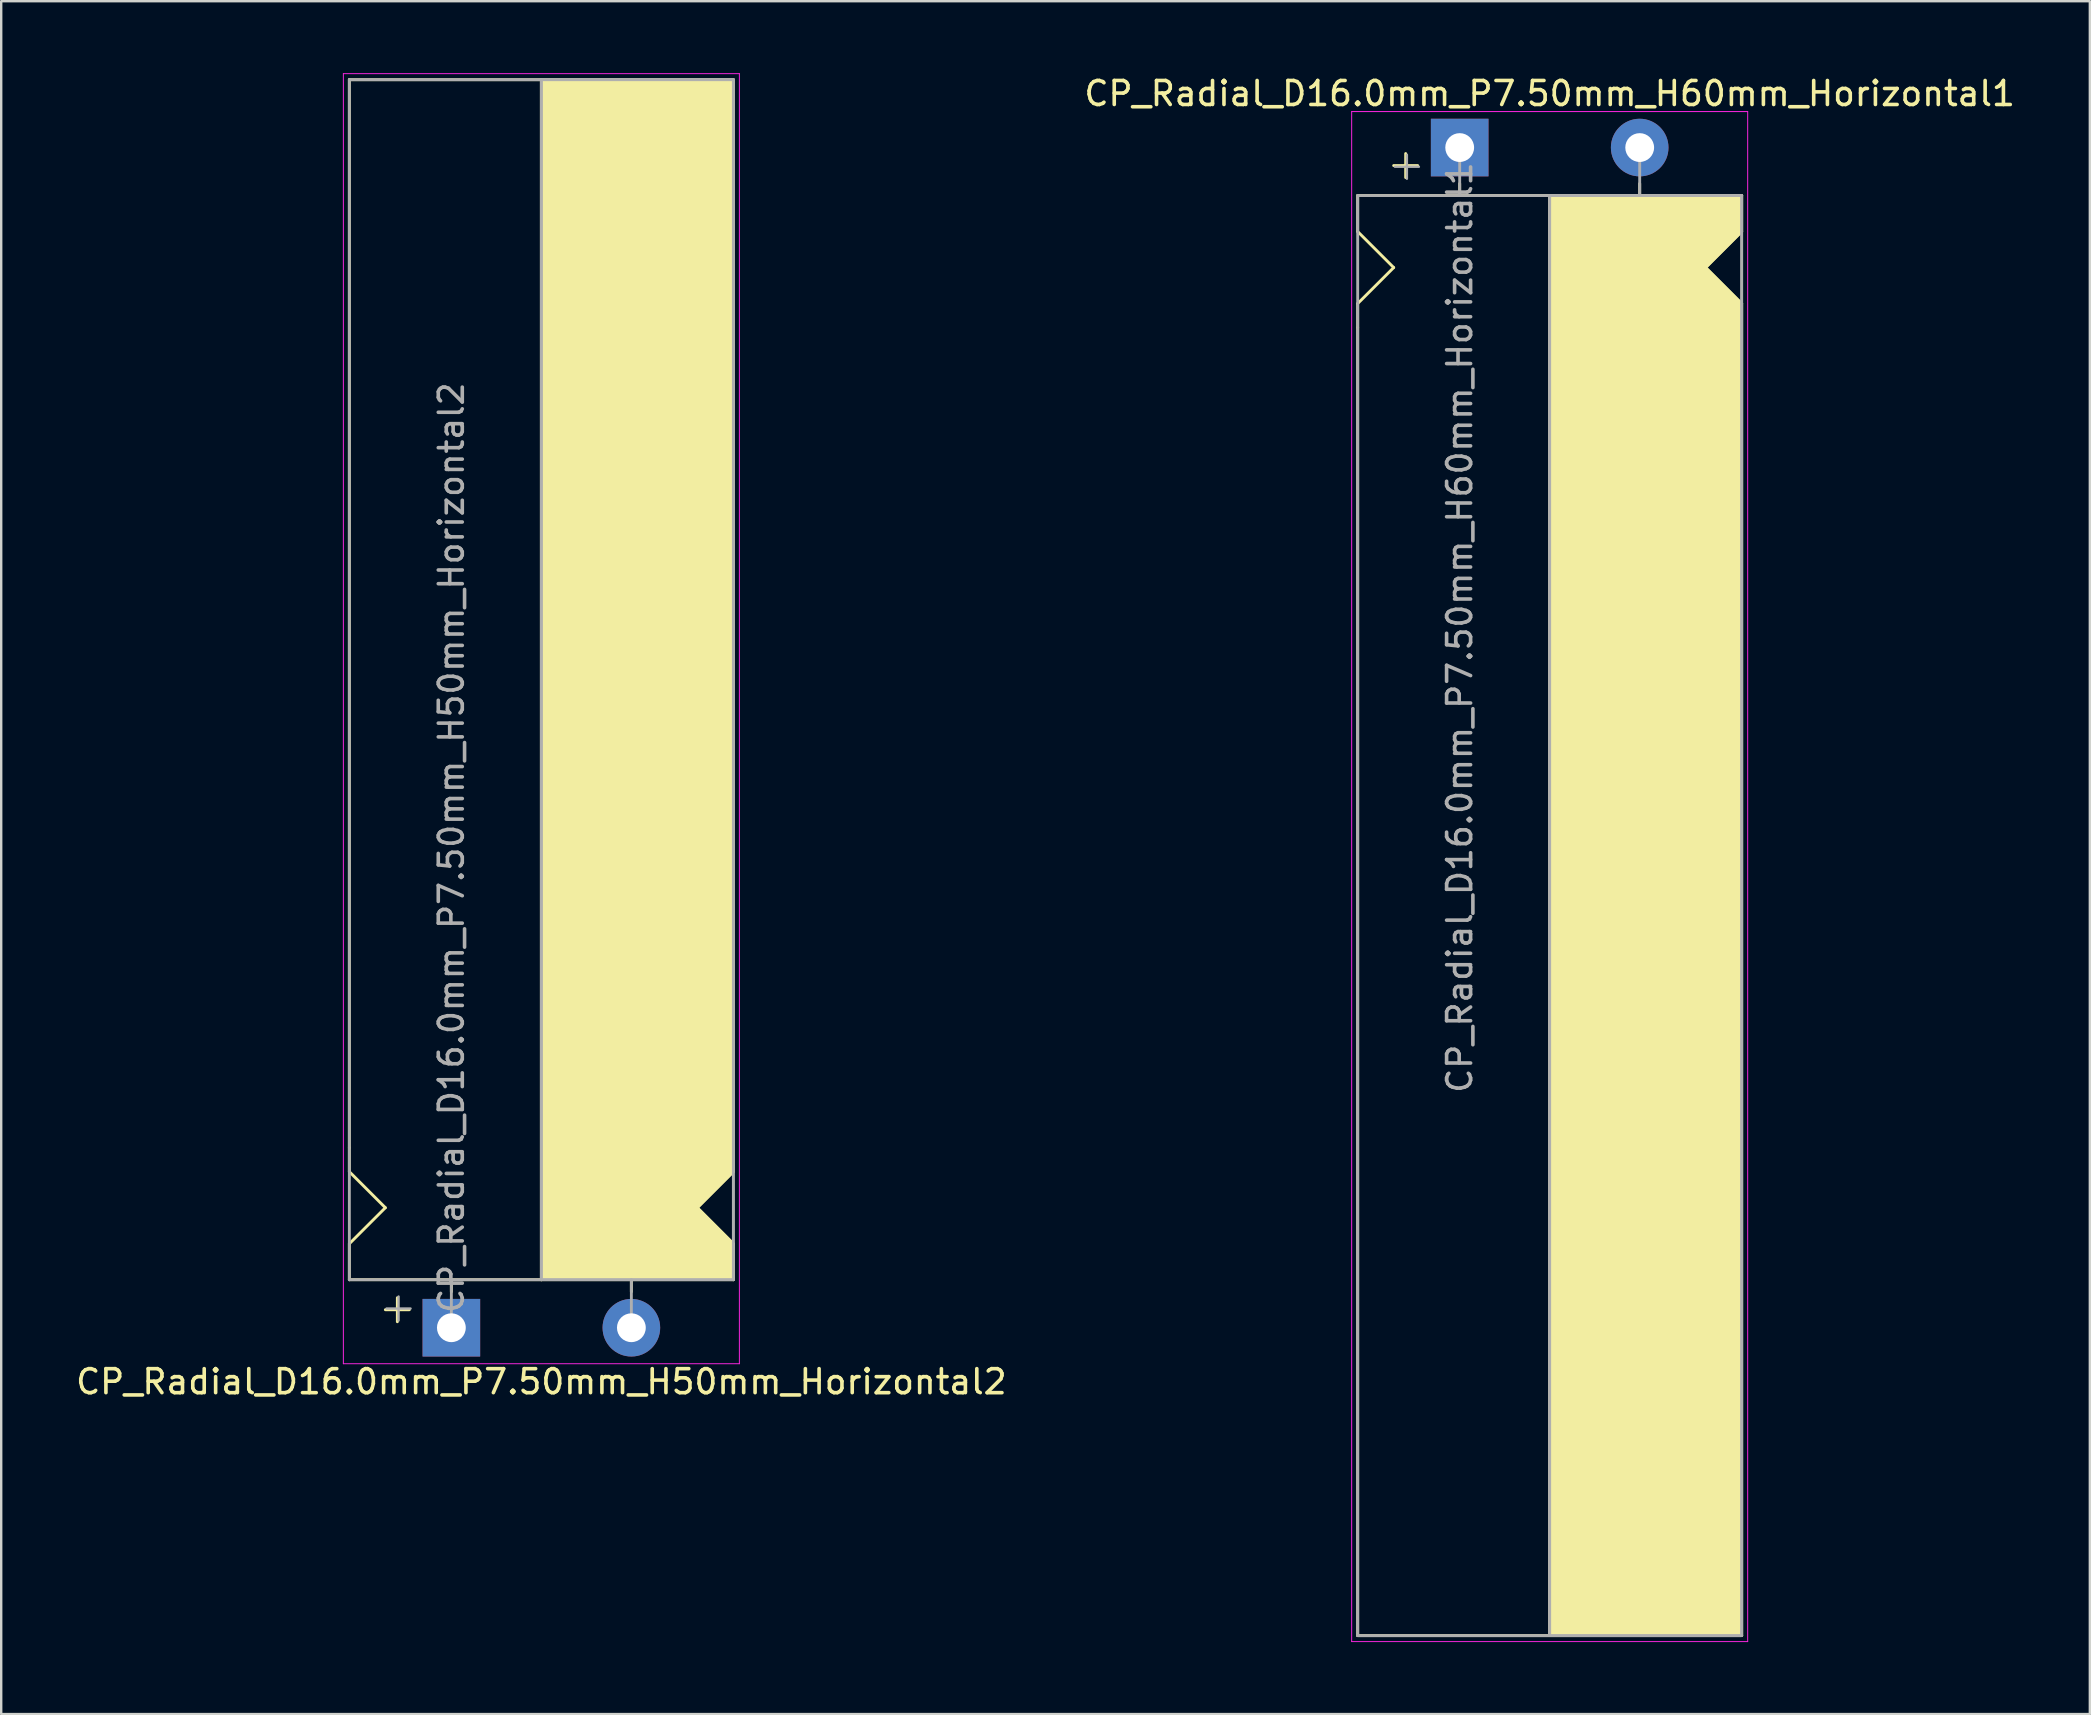
<source format=kicad_pcb>
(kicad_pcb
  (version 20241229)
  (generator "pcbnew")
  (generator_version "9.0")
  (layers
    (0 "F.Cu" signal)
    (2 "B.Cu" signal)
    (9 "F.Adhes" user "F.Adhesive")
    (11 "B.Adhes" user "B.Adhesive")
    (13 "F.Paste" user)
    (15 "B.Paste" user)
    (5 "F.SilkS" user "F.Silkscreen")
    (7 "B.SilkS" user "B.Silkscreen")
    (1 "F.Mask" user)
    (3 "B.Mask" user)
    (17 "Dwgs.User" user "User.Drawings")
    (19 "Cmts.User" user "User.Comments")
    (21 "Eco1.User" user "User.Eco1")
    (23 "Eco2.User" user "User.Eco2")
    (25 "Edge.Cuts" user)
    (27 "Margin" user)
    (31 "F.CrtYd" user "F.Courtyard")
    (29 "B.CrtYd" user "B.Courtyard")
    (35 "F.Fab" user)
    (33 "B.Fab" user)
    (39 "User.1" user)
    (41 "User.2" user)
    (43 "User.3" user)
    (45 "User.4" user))
  (footprint "CP_Radial_D16.0mm_P7.50mm_H50mm_Horizontal2"
    (layer "F.Cu")
    (at 15.756 52.27)
    (property "Reference" "CP_Radial_D16.0mm_P7.50mm_H50mm_Horizontal2" (at 3.75 2.25 0) (layer "F.SilkS") (effects (font (size 1 1) (thickness 0.15))))
    (attr through_hole)
    (fp_line (start -4.25 -7.5) (end -4.25 -52) (stroke (width 0.12) (type solid)) (layer "F.SilkS"))
    (fp_line (start -4.25 -6.5) (end -4.25 -7.5) (stroke (width 0.12) (type solid)) (layer "F.SilkS"))
    (fp_line (start -4.25 -3.5) (end -2.75 -5) (stroke (width 0.12) (type solid)) (layer "F.SilkS"))
    (fp_line (start -4.25 -2) (end -4.25 -3.5) (stroke (width 0.12) (type solid)) (layer "F.SilkS"))
    (fp_line (start -2.75 -5) (end -4.25 -6.5) (stroke (width 0.12) (type solid)) (layer "F.SilkS"))
    (fp_line (start -2.25 -1.25) (end -2.25 -0.25) (stroke (width 0.12) (type solid)) (layer "F.SilkS"))
    (fp_line (start -1.75 -0.75) (end -2.75 -0.75) (stroke (width 0.12) (type solid)) (layer "F.SilkS"))
    (fp_line (start 0 -1.5) (end 0 -2) (stroke (width 0.12) (type solid)) (layer "F.SilkS"))
    (fp_line (start 3.75 -2) (end -4.25 -2) (stroke (width 0.12) (type solid)) (layer "F.SilkS"))
    (fp_line (start 3.75 -2) (end 3.75 -52) (stroke (width 0.12) (type solid)) (layer "F.SilkS"))
    (fp_line (start 3.75 -2) (end 11.75 -2) (stroke (width 0.12) (type solid)) (layer "F.SilkS"))
    (fp_line (start 7.5 -1.5) (end 7.5 -2) (stroke (width 0.12) (type solid)) (layer "F.SilkS"))
    (fp_line (start 10.25 -5) (end 11.75 -6.5) (stroke (width 0.12) (type solid)) (layer "F.SilkS"))
    (fp_line (start 11.75 -52) (end -4.25 -52) (stroke (width 0.12) (type solid)) (layer "F.SilkS"))
    (fp_line (start 11.75 -52) (end 11.75 -6.5) (stroke (width 0.12) (type solid)) (layer "F.SilkS"))
    (fp_line (start 11.75 -3.5) (end 10.25 -5) (stroke (width 0.12) (type solid)) (layer "F.SilkS"))
    (fp_line (start 11.75 -2) (end 11.75 -3.5) (stroke (width 0.12) (type solid)) (layer "F.SilkS"))
    (fp_poly (pts (xy 11.75 -3.5) (xy 10.25 -5) (xy 11.75 -6.5) (xy 11.75 -52) (xy 3.75 -52) (xy 3.75 -2) (xy 11.75 -2)) (stroke (width 0.1) (type solid)) (fill yes) (layer "F.SilkS"))
    (fp_line (start -4.5 -52.25) (end -4.5 1.5) (stroke (width 0.04) (type solid)) (layer "F.CrtYd"))
    (fp_line (start -4.5 1.5) (end 12 1.5) (stroke (width 0.04) (type solid)) (layer "F.CrtYd"))
    (fp_line (start 12 -52.25) (end -4.5 -52.25) (stroke (width 0.04) (type solid)) (layer "F.CrtYd"))
    (fp_line (start 12 1.5) (end 12 -52.25) (stroke (width 0.04) (type solid)) (layer "F.CrtYd"))
    (fp_line (start -4.25 -52) (end 11.75 -52) (stroke (width 0.12) (type solid)) (layer "F.Fab"))
    (fp_line (start -4.25 -2) (end -4.25 -52) (stroke (width 0.12) (type solid)) (layer "F.Fab"))
    (fp_line (start -2.7 -0.8) (end -1.7 -0.8) (stroke (width 0.1) (type solid)) (layer "F.Fab"))
    (fp_line (start -2.2 -0.3) (end -2.2 -1.3) (stroke (width 0.1) (type solid)) (layer "F.Fab"))
    (fp_line (start 0 -2) (end -4.25 -2) (stroke (width 0.12) (type solid)) (layer "F.Fab"))
    (fp_line (start 0 0) (end 0 -2) (stroke (width 0.12) (type solid)) (layer "F.Fab"))
    (fp_line (start 3.75 -2) (end 3.75 -52) (stroke (width 0.12) (type solid)) (layer "F.Fab"))
    (fp_line (start 7.5 0) (end 7.5 -2) (stroke (width 0.12) (type solid)) (layer "F.Fab"))
    (fp_line (start 11.75 -52) (end 11.75 -2) (stroke (width 0.12) (type solid)) (layer "F.Fab"))
    (fp_line (start 11.75 -2) (end 0 -2) (stroke (width 0.12) (type solid)) (layer "F.Fab"))
    (fp_poly (pts (xy 11.75 -52) (xy 3.75 -52) (xy 3.75 -2) (xy 11.75 -2)) (stroke (width 0.1) (type solid)) (fill no) (layer "F.Fab"))
    (fp_text user "${REFERENCE}" (at 0 -20 90) (layer "F.Fab") (effects (font (size 1 1) (thickness 0.15))))
    (pad "1" thru_hole rect (at 0 0) (size 2.4 2.4) (drill 1.2) (layers "*.Cu" "*.Mask"))
    (pad "2" thru_hole circle (at 7.5 0) (size 2.4 2.4) (drill 1.2) (layers "*.Cu" "*.Mask")))
  (footprint "CP_Radial_D16.0mm_P7.50mm_H60mm_Horizontal1"
    (layer "F.Cu")
    (at 57.768 3.098)
    (property "Reference" "CP_Radial_D16.0mm_P7.50mm_H60mm_Horizontal1" (at 3.75 -2.25 0) (layer "F.SilkS") (effects (font (size 1 1) (thickness 0.15))))
    (attr through_hole)
    (fp_line (start -4.25 2) (end -4.25 3.5) (stroke (width 0.12) (type solid)) (layer "F.SilkS"))
    (fp_line (start -4.25 3.5) (end -2.75 5) (stroke (width 0.12) (type solid)) (layer "F.SilkS"))
    (fp_line (start -4.25 6.5) (end -4.25 7.5) (stroke (width 0.12) (type solid)) (layer "F.SilkS"))
    (fp_line (start -4.25 7.5) (end -4.25 62) (stroke (width 0.12) (type solid)) (layer "F.SilkS"))
    (fp_line (start -2.75 5) (end -4.25 6.5) (stroke (width 0.12) (type solid)) (layer "F.SilkS"))
    (fp_line (start -2.25 0.25) (end -2.25 1.25) (stroke (width 0.12) (type solid)) (layer "F.SilkS"))
    (fp_line (start -1.75 0.75) (end -2.75 0.75) (stroke (width 0.12) (type solid)) (layer "F.SilkS"))
    (fp_line (start 0 1.5) (end 0 2) (stroke (width 0.12) (type solid)) (layer "F.SilkS"))
    (fp_line (start 3.75 2) (end -4.25 2) (stroke (width 0.12) (type solid)) (layer "F.SilkS"))
    (fp_line (start 3.75 2) (end 3.75 62) (stroke (width 0.12) (type solid)) (layer "F.SilkS"))
    (fp_line (start 3.75 2) (end 11.75 2) (stroke (width 0.12) (type solid)) (layer "F.SilkS"))
    (fp_line (start 7.5 1.5) (end 7.5 2) (stroke (width 0.12) (type solid)) (layer "F.SilkS"))
    (fp_line (start 10.25 5) (end 11.75 6.5) (stroke (width 0.12) (type solid)) (layer "F.SilkS"))
    (fp_line (start 11.75 2) (end 11.75 3.5) (stroke (width 0.12) (type solid)) (layer "F.SilkS"))
    (fp_line (start 11.75 3.5) (end 10.25 5) (stroke (width 0.12) (type solid)) (layer "F.SilkS"))
    (fp_line (start 11.75 62) (end -4.25 62) (stroke (width 0.12) (type solid)) (layer "F.SilkS"))
    (fp_line (start 11.75 62) (end 11.75 6.5) (stroke (width 0.12) (type solid)) (layer "F.SilkS"))
    (fp_poly (pts (xy 11.75 3.5) (xy 10.25 5) (xy 11.75 6.5) (xy 11.75 62) (xy 3.75 62) (xy 3.75 2) (xy 11.75 2)) (stroke (width 0.1) (type solid)) (fill yes) (layer "F.SilkS"))
    (fp_line (start -4.5 -1.5) (end 12 -1.5) (stroke (width 0.04) (type solid)) (layer "F.CrtYd"))
    (fp_line (start -4.5 62.25) (end -4.5 -1.5) (stroke (width 0.04) (type solid)) (layer "F.CrtYd"))
    (fp_line (start 12 -1.5) (end 12 62.25) (stroke (width 0.04) (type solid)) (layer "F.CrtYd"))
    (fp_line (start 12 62.25) (end -4.5 62.25) (stroke (width 0.04) (type solid)) (layer "F.CrtYd"))
    (fp_line (start -4.25 2) (end -4.25 62) (stroke (width 0.12) (type solid)) (layer "F.Fab"))
    (fp_line (start -4.25 62) (end 11.75 62) (stroke (width 0.12) (type solid)) (layer "F.Fab"))
    (fp_line (start -2.7 0.8) (end -1.7 0.8) (stroke (width 0.1) (type solid)) (layer "F.Fab"))
    (fp_line (start -2.2 1.3) (end -2.2 0.3) (stroke (width 0.1) (type solid)) (layer "F.Fab"))
    (fp_line (start 0 0) (end 0 2) (stroke (width 0.12) (type solid)) (layer "F.Fab"))
    (fp_line (start 0 2) (end -4.25 2) (stroke (width 0.12) (type solid)) (layer "F.Fab"))
    (fp_line (start 3.75 2) (end 3.75 62) (stroke (width 0.12) (type solid)) (layer "F.Fab"))
    (fp_line (start 7.5 0) (end 7.5 2) (stroke (width 0.12) (type solid)) (layer "F.Fab"))
    (fp_line (start 11.75 2) (end 0 2) (stroke (width 0.12) (type solid)) (layer "F.Fab"))
    (fp_line (start 11.75 62) (end 11.75 2) (stroke (width 0.12) (type solid)) (layer "F.Fab"))
    (fp_poly (pts (xy 11.75 62) (xy 3.75 62) (xy 3.75 2) (xy 11.75 2)) (stroke (width 0.1) (type solid)) (fill no) (layer "F.Fab"))
    (fp_text user "${REFERENCE}" (at 0 20 90) (layer "F.Fab") (effects (font (size 1 1) (thickness 0.15))))
    (pad "1" thru_hole rect (at 0 0) (size 2.4 2.4) (drill 1.2) (layers "*.Cu" "*.Mask"))
    (pad "2" thru_hole circle (at 7.5 0) (size 2.4 2.4) (drill 1.2) (layers "*.Cu" "*.Mask")))
  (gr_rect
    (start -3 -3)
    (end 84.024 68.368)
    (stroke (width 0.1) (type default))
    (fill no)
    (layer "Edge.Cuts")))
</source>
